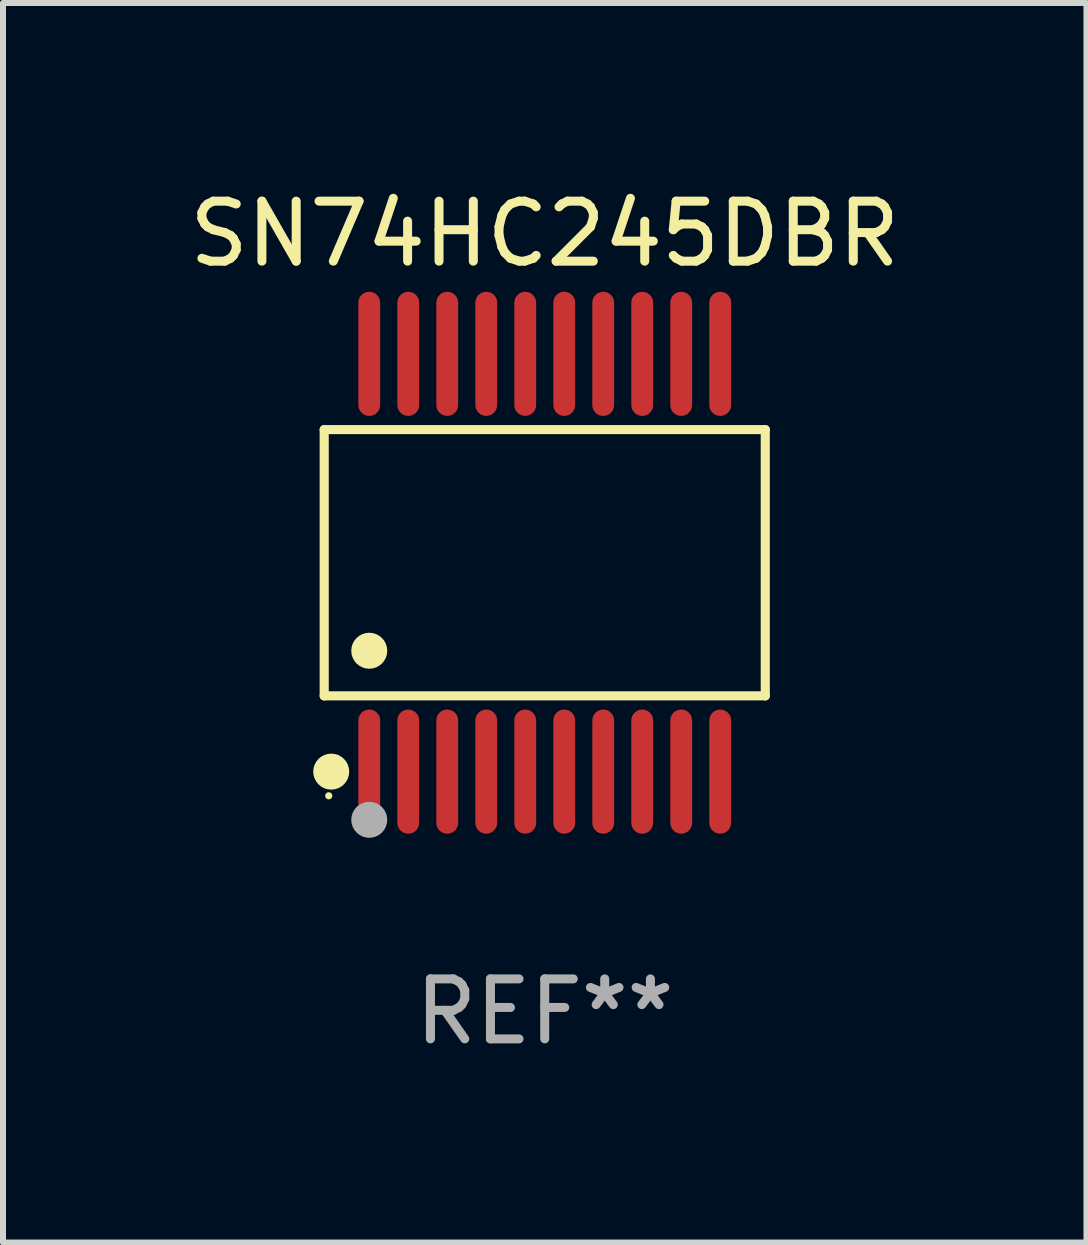
<source format=kicad_pcb>
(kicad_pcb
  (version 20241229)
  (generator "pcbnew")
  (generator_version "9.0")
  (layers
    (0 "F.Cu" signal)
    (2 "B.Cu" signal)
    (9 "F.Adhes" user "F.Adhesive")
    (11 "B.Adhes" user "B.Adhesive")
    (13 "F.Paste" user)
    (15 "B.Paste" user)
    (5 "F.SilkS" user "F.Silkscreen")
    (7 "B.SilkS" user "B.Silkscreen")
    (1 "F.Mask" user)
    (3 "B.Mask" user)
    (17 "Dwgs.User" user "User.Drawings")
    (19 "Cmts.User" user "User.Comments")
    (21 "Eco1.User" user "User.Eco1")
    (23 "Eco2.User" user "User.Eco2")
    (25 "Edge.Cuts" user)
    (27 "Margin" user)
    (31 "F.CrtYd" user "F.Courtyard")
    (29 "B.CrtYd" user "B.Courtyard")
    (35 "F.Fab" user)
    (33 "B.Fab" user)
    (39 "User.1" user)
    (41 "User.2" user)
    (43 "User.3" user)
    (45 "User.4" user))
  (footprint "SN74HC245DBR"
    (layer "F.Cu")
    (at 6.03 6.33)
    (property "Reference" "SN74HC245DBR" (at 0 -5.482 0) (layer "F.SilkS") (effects (font (size 1 1) (thickness 0.15))))
    (attr through_hole)
    (fp_line (start -3.676 -2.219) (end 3.676 -2.219) (stroke (width 0.152) (type solid)) (layer "F.SilkS"))
    (fp_line (start -3.676 2.219) (end -3.676 -2.219) (stroke (width 0.152) (type solid)) (layer "F.SilkS"))
    (fp_line (start 3.676 -2.219) (end 3.676 2.219) (stroke (width 0.152) (type solid)) (layer "F.SilkS"))
    (fp_line (start 3.676 2.219) (end -3.676 2.219) (stroke (width 0.152) (type solid)) (layer "F.SilkS"))
    (fp_circle (center -3.6 3.885) (end -3.57 3.885) (stroke (width 0.06) (type solid)) (fill no) (layer "F.SilkS"))
    (fp_circle (center -3.559 3.482) (end -3.409 3.482) (stroke (width 0.3) (type solid)) (fill no) (layer "F.SilkS"))
    (fp_circle (center -2.925 1.467) (end -2.775 1.467) (stroke (width 0.3) (type solid)) (fill no) (layer "F.SilkS"))
    (fp_circle (center -2.925 4.285) (end -2.775 4.285) (stroke (width 0.3) (type solid)) (fill no) (layer "F.Fab"))
    (fp_text user "REF**" (at 0 7.482 0) (layer "F.Fab") (effects (font (size 1 1) (thickness 0.15))))
    (pad "1" smd oval (at -2.925 3.482) (size 0.364 2.069) (layers "F.Cu" "F.Mask" "F.Paste"))
    (pad "2" smd oval (at -2.275 3.482) (size 0.364 2.069) (layers "F.Cu" "F.Mask" "F.Paste"))
    (pad "3" smd oval (at -1.625 3.482) (size 0.364 2.069) (layers "F.Cu" "F.Mask" "F.Paste"))
    (pad "4" smd oval (at -0.975 3.482) (size 0.364 2.069) (layers "F.Cu" "F.Mask" "F.Paste"))
    (pad "5" smd oval (at -0.325 3.482) (size 0.364 2.069) (layers "F.Cu" "F.Mask" "F.Paste"))
    (pad "6" smd oval (at 0.325 3.482) (size 0.364 2.069) (layers "F.Cu" "F.Mask" "F.Paste"))
    (pad "7" smd oval (at 0.975 3.482) (size 0.364 2.069) (layers "F.Cu" "F.Mask" "F.Paste"))
    (pad "8" smd oval (at 1.625 3.482) (size 0.364 2.069) (layers "F.Cu" "F.Mask" "F.Paste"))
    (pad "9" smd oval (at 2.275 3.482) (size 0.364 2.069) (layers "F.Cu" "F.Mask" "F.Paste"))
    (pad "10" smd oval (at 2.925 3.482) (size 0.364 2.069) (layers "F.Cu" "F.Mask" "F.Paste"))
    (pad "11" smd oval (at 2.925 -3.482) (size 0.364 2.069) (layers "F.Cu" "F.Mask" "F.Paste"))
    (pad "12" smd oval (at 2.275 -3.482) (size 0.364 2.069) (layers "F.Cu" "F.Mask" "F.Paste"))
    (pad "13" smd oval (at 1.625 -3.482) (size 0.364 2.069) (layers "F.Cu" "F.Mask" "F.Paste"))
    (pad "14" smd oval (at 0.975 -3.482) (size 0.364 2.069) (layers "F.Cu" "F.Mask" "F.Paste"))
    (pad "15" smd oval (at 0.325 -3.482) (size 0.364 2.069) (layers "F.Cu" "F.Mask" "F.Paste"))
    (pad "16" smd oval (at -0.325 -3.482) (size 0.364 2.069) (layers "F.Cu" "F.Mask" "F.Paste"))
    (pad "17" smd oval (at -0.975 -3.482) (size 0.364 2.069) (layers "F.Cu" "F.Mask" "F.Paste"))
    (pad "18" smd oval (at -1.625 -3.482) (size 0.364 2.069) (layers "F.Cu" "F.Mask" "F.Paste"))
    (pad "19" smd oval (at -2.275 -3.482) (size 0.364 2.069) (layers "F.Cu" "F.Mask" "F.Paste"))
    (pad "20" smd oval (at -2.925 -3.482) (size 0.364 2.069) (layers "F.Cu" "F.Mask" "F.Paste")))
  (gr_rect
    (start -3 -3)
    (end 15.06 17.661)
    (stroke (width 0.1) (type default))
    (fill no)
    (layer "Edge.Cuts")))
</source>
